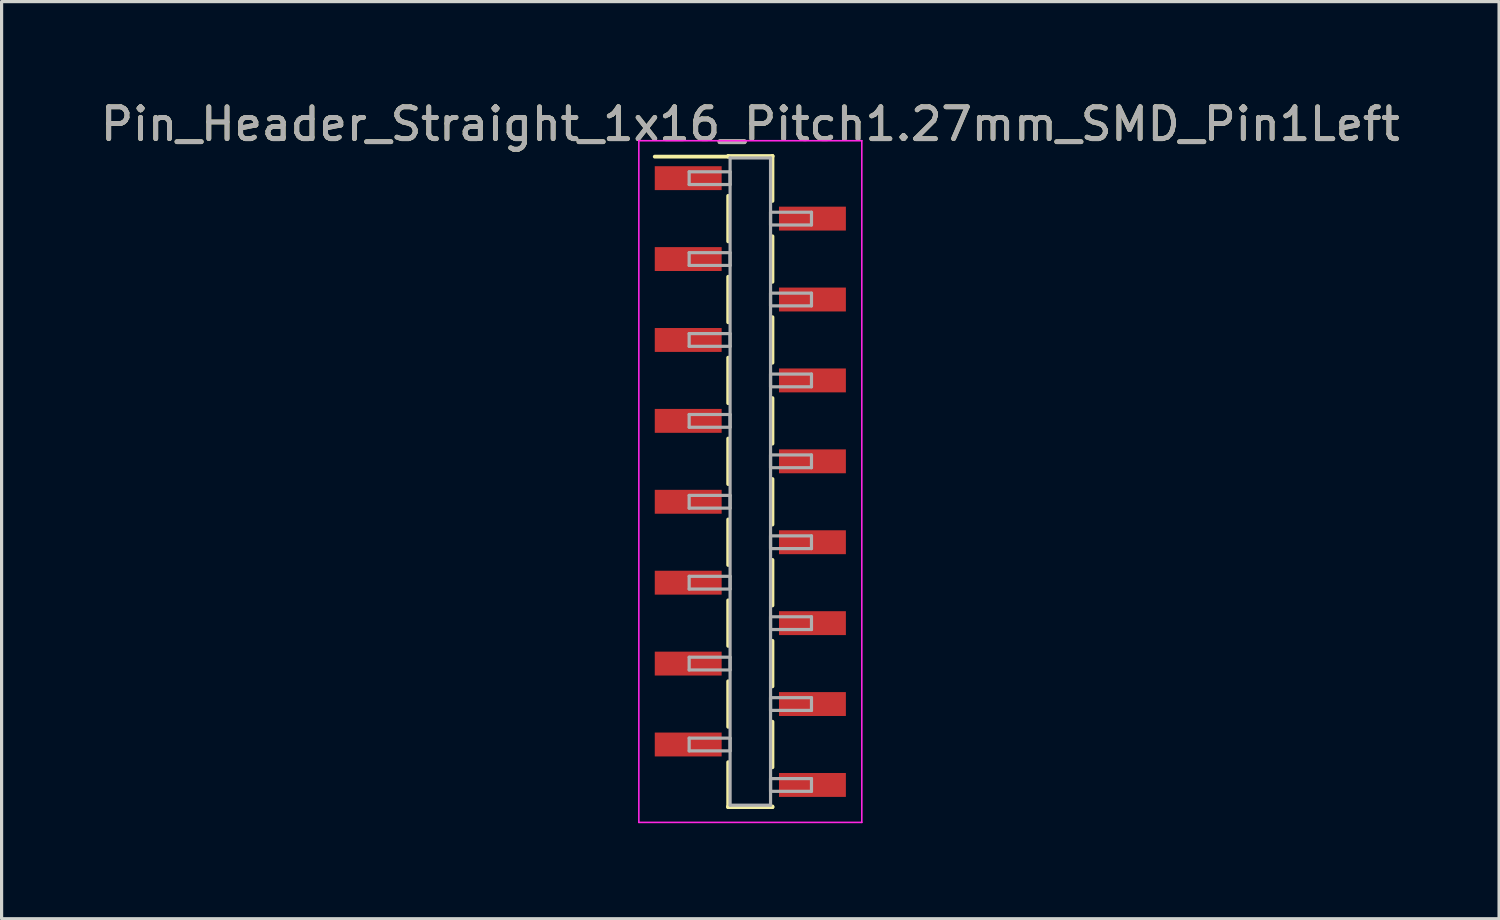
<source format=kicad_pcb>
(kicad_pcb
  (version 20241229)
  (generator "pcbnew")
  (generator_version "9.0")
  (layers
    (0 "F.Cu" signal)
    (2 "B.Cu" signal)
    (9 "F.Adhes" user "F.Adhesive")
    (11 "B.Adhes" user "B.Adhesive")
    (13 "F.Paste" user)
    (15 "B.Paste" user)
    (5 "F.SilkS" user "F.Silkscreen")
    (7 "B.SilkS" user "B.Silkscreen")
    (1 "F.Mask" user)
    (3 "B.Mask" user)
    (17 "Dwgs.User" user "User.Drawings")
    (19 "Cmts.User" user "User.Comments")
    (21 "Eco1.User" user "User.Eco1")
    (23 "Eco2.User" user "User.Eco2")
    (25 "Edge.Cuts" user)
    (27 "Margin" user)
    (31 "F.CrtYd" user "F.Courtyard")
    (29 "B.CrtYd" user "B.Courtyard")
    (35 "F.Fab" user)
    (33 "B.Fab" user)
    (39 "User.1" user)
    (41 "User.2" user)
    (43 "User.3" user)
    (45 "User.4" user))
  (footprint "Pin_Header_Straight_1x16_Pitch1.27mm_SMD_Pin1Left"
    (layer "F.Cu")
    (at 20.506 12.068)
    (property "Reference" "Pin_Header_Straight_1x16_Pitch1.27mm_SMD_Pin1Left" (at 0 -11.22 0) (layer "F.SilkS") (effects (font (size 1 1) (thickness 0.15))))
    (attr smd)
    (fp_line (start -0.695 -10.22) (end 0.695 -10.22) (stroke (width 0.12) (type solid)) (layer "F.SilkS"))
    (fp_line (start -0.695 -10.2) (end -3 -10.2) (stroke (width 0.12) (type solid)) (layer "F.SilkS"))
    (fp_line (start -0.695 -10.2) (end -0.695 -10.22) (stroke (width 0.12) (type solid)) (layer "F.SilkS"))
    (fp_line (start -0.695 -8.97) (end -0.695 -7.54) (stroke (width 0.12) (type solid)) (layer "F.SilkS"))
    (fp_line (start -0.695 -6.43) (end -0.695 -5) (stroke (width 0.12) (type solid)) (layer "F.SilkS"))
    (fp_line (start -0.695 -3.89) (end -0.695 -2.46) (stroke (width 0.12) (type solid)) (layer "F.SilkS"))
    (fp_line (start -0.695 -1.35) (end -0.695 0.08) (stroke (width 0.12) (type solid)) (layer "F.SilkS"))
    (fp_line (start -0.695 1.19) (end -0.695 2.62) (stroke (width 0.12) (type solid)) (layer "F.SilkS"))
    (fp_line (start -0.695 3.73) (end -0.695 5.16) (stroke (width 0.12) (type solid)) (layer "F.SilkS"))
    (fp_line (start -0.695 6.27) (end -0.695 7.7) (stroke (width 0.12) (type solid)) (layer "F.SilkS"))
    (fp_line (start -0.695 8.81) (end -0.695 10.22) (stroke (width 0.12) (type solid)) (layer "F.SilkS"))
    (fp_line (start -0.695 10.2) (end -0.695 10.22) (stroke (width 0.12) (type solid)) (layer "F.SilkS"))
    (fp_line (start -0.695 10.22) (end 0.695 10.22) (stroke (width 0.12) (type solid)) (layer "F.SilkS"))
    (fp_line (start 0.695 -10.22) (end 0.695 -10.2) (stroke (width 0.12) (type solid)) (layer "F.SilkS"))
    (fp_line (start 0.695 -10.22) (end 0.695 -8.81) (stroke (width 0.12) (type solid)) (layer "F.SilkS"))
    (fp_line (start 0.695 -7.7) (end 0.695 -6.27) (stroke (width 0.12) (type solid)) (layer "F.SilkS"))
    (fp_line (start 0.695 -5.16) (end 0.695 -3.73) (stroke (width 0.12) (type solid)) (layer "F.SilkS"))
    (fp_line (start 0.695 -2.62) (end 0.695 -1.19) (stroke (width 0.12) (type solid)) (layer "F.SilkS"))
    (fp_line (start 0.695 -0.08) (end 0.695 1.35) (stroke (width 0.12) (type solid)) (layer "F.SilkS"))
    (fp_line (start 0.695 2.46) (end 0.695 3.89) (stroke (width 0.12) (type solid)) (layer "F.SilkS"))
    (fp_line (start 0.695 5) (end 0.695 6.43) (stroke (width 0.12) (type solid)) (layer "F.SilkS"))
    (fp_line (start 0.695 7.54) (end 0.695 8.97) (stroke (width 0.12) (type solid)) (layer "F.SilkS"))
    (fp_line (start 0.695 10.22) (end 0.695 10.2) (stroke (width 0.12) (type solid)) (layer "F.SilkS"))
    (fp_line (start -3.5 -10.7) (end -3.5 10.7) (stroke (width 0.05) (type solid)) (layer "F.CrtYd"))
    (fp_line (start -3.5 10.7) (end 3.5 10.7) (stroke (width 0.05) (type solid)) (layer "F.CrtYd"))
    (fp_line (start 3.5 -10.7) (end -3.5 -10.7) (stroke (width 0.05) (type solid)) (layer "F.CrtYd"))
    (fp_line (start 3.5 10.7) (end 3.5 -10.7) (stroke (width 0.05) (type solid)) (layer "F.CrtYd"))
    (fp_line (start -1.92 -9.725) (end -0.635 -9.725) (stroke (width 0.1) (type solid)) (layer "F.Fab"))
    (fp_line (start -1.92 -9.325) (end -1.92 -9.725) (stroke (width 0.1) (type solid)) (layer "F.Fab"))
    (fp_line (start -1.92 -7.185) (end -0.635 -7.185) (stroke (width 0.1) (type solid)) (layer "F.Fab"))
    (fp_line (start -1.92 -6.785) (end -1.92 -7.185) (stroke (width 0.1) (type solid)) (layer "F.Fab"))
    (fp_line (start -1.92 -4.645) (end -0.635 -4.645) (stroke (width 0.1) (type solid)) (layer "F.Fab"))
    (fp_line (start -1.92 -4.245) (end -1.92 -4.645) (stroke (width 0.1) (type solid)) (layer "F.Fab"))
    (fp_line (start -1.92 -2.105) (end -0.635 -2.105) (stroke (width 0.1) (type solid)) (layer "F.Fab"))
    (fp_line (start -1.92 -1.705) (end -1.92 -2.105) (stroke (width 0.1) (type solid)) (layer "F.Fab"))
    (fp_line (start -1.92 0.435) (end -0.635 0.435) (stroke (width 0.1) (type solid)) (layer "F.Fab"))
    (fp_line (start -1.92 0.835) (end -1.92 0.435) (stroke (width 0.1) (type solid)) (layer "F.Fab"))
    (fp_line (start -1.92 2.975) (end -0.635 2.975) (stroke (width 0.1) (type solid)) (layer "F.Fab"))
    (fp_line (start -1.92 3.375) (end -1.92 2.975) (stroke (width 0.1) (type solid)) (layer "F.Fab"))
    (fp_line (start -1.92 5.515) (end -0.635 5.515) (stroke (width 0.1) (type solid)) (layer "F.Fab"))
    (fp_line (start -1.92 5.915) (end -1.92 5.515) (stroke (width 0.1) (type solid)) (layer "F.Fab"))
    (fp_line (start -1.92 8.055) (end -0.635 8.055) (stroke (width 0.1) (type solid)) (layer "F.Fab"))
    (fp_line (start -1.92 8.455) (end -1.92 8.055) (stroke (width 0.1) (type solid)) (layer "F.Fab"))
    (fp_line (start -0.635 -10.16) (end -0.635 10.16) (stroke (width 0.1) (type solid)) (layer "F.Fab"))
    (fp_line (start -0.635 -9.725) (end -0.635 -9.325) (stroke (width 0.1) (type solid)) (layer "F.Fab"))
    (fp_line (start -0.635 -9.325) (end -1.92 -9.325) (stroke (width 0.1) (type solid)) (layer "F.Fab"))
    (fp_line (start -0.635 -7.185) (end -0.635 -6.785) (stroke (width 0.1) (type solid)) (layer "F.Fab"))
    (fp_line (start -0.635 -6.785) (end -1.92 -6.785) (stroke (width 0.1) (type solid)) (layer "F.Fab"))
    (fp_line (start -0.635 -4.645) (end -0.635 -4.245) (stroke (width 0.1) (type solid)) (layer "F.Fab"))
    (fp_line (start -0.635 -4.245) (end -1.92 -4.245) (stroke (width 0.1) (type solid)) (layer "F.Fab"))
    (fp_line (start -0.635 -2.105) (end -0.635 -1.705) (stroke (width 0.1) (type solid)) (layer "F.Fab"))
    (fp_line (start -0.635 -1.705) (end -1.92 -1.705) (stroke (width 0.1) (type solid)) (layer "F.Fab"))
    (fp_line (start -0.635 0.435) (end -0.635 0.835) (stroke (width 0.1) (type solid)) (layer "F.Fab"))
    (fp_line (start -0.635 0.835) (end -1.92 0.835) (stroke (width 0.1) (type solid)) (layer "F.Fab"))
    (fp_line (start -0.635 2.975) (end -0.635 3.375) (stroke (width 0.1) (type solid)) (layer "F.Fab"))
    (fp_line (start -0.635 3.375) (end -1.92 3.375) (stroke (width 0.1) (type solid)) (layer "F.Fab"))
    (fp_line (start -0.635 5.515) (end -0.635 5.915) (stroke (width 0.1) (type solid)) (layer "F.Fab"))
    (fp_line (start -0.635 5.915) (end -1.92 5.915) (stroke (width 0.1) (type solid)) (layer "F.Fab"))
    (fp_line (start -0.635 8.055) (end -0.635 8.455) (stroke (width 0.1) (type solid)) (layer "F.Fab"))
    (fp_line (start -0.635 8.455) (end -1.92 8.455) (stroke (width 0.1) (type solid)) (layer "F.Fab"))
    (fp_line (start -0.635 10.16) (end 0.635 10.16) (stroke (width 0.1) (type solid)) (layer "F.Fab"))
    (fp_line (start 0.635 -10.16) (end -0.635 -10.16) (stroke (width 0.1) (type solid)) (layer "F.Fab"))
    (fp_line (start 0.635 -8.455) (end 0.635 -8.055) (stroke (width 0.1) (type solid)) (layer "F.Fab"))
    (fp_line (start 0.635 -8.055) (end 1.92 -8.055) (stroke (width 0.1) (type solid)) (layer "F.Fab"))
    (fp_line (start 0.635 -5.915) (end 0.635 -5.515) (stroke (width 0.1) (type solid)) (layer "F.Fab"))
    (fp_line (start 0.635 -5.515) (end 1.92 -5.515) (stroke (width 0.1) (type solid)) (layer "F.Fab"))
    (fp_line (start 0.635 -3.375) (end 0.635 -2.975) (stroke (width 0.1) (type solid)) (layer "F.Fab"))
    (fp_line (start 0.635 -2.975) (end 1.92 -2.975) (stroke (width 0.1) (type solid)) (layer "F.Fab"))
    (fp_line (start 0.635 -0.835) (end 0.635 -0.435) (stroke (width 0.1) (type solid)) (layer "F.Fab"))
    (fp_line (start 0.635 -0.435) (end 1.92 -0.435) (stroke (width 0.1) (type solid)) (layer "F.Fab"))
    (fp_line (start 0.635 1.705) (end 0.635 2.105) (stroke (width 0.1) (type solid)) (layer "F.Fab"))
    (fp_line (start 0.635 2.105) (end 1.92 2.105) (stroke (width 0.1) (type solid)) (layer "F.Fab"))
    (fp_line (start 0.635 4.245) (end 0.635 4.645) (stroke (width 0.1) (type solid)) (layer "F.Fab"))
    (fp_line (start 0.635 4.645) (end 1.92 4.645) (stroke (width 0.1) (type solid)) (layer "F.Fab"))
    (fp_line (start 0.635 6.785) (end 0.635 7.185) (stroke (width 0.1) (type solid)) (layer "F.Fab"))
    (fp_line (start 0.635 7.185) (end 1.92 7.185) (stroke (width 0.1) (type solid)) (layer "F.Fab"))
    (fp_line (start 0.635 9.325) (end 0.635 9.725) (stroke (width 0.1) (type solid)) (layer "F.Fab"))
    (fp_line (start 0.635 9.725) (end 1.92 9.725) (stroke (width 0.1) (type solid)) (layer "F.Fab"))
    (fp_line (start 0.635 10.16) (end 0.635 -10.16) (stroke (width 0.1) (type solid)) (layer "F.Fab"))
    (fp_line (start 1.92 -8.455) (end 0.635 -8.455) (stroke (width 0.1) (type solid)) (layer "F.Fab"))
    (fp_line (start 1.92 -8.055) (end 1.92 -8.455) (stroke (width 0.1) (type solid)) (layer "F.Fab"))
    (fp_line (start 1.92 -5.915) (end 0.635 -5.915) (stroke (width 0.1) (type solid)) (layer "F.Fab"))
    (fp_line (start 1.92 -5.515) (end 1.92 -5.915) (stroke (width 0.1) (type solid)) (layer "F.Fab"))
    (fp_line (start 1.92 -3.375) (end 0.635 -3.375) (stroke (width 0.1) (type solid)) (layer "F.Fab"))
    (fp_line (start 1.92 -2.975) (end 1.92 -3.375) (stroke (width 0.1) (type solid)) (layer "F.Fab"))
    (fp_line (start 1.92 -0.835) (end 0.635 -0.835) (stroke (width 0.1) (type solid)) (layer "F.Fab"))
    (fp_line (start 1.92 -0.435) (end 1.92 -0.835) (stroke (width 0.1) (type solid)) (layer "F.Fab"))
    (fp_line (start 1.92 1.705) (end 0.635 1.705) (stroke (width 0.1) (type solid)) (layer "F.Fab"))
    (fp_line (start 1.92 2.105) (end 1.92 1.705) (stroke (width 0.1) (type solid)) (layer "F.Fab"))
    (fp_line (start 1.92 4.245) (end 0.635 4.245) (stroke (width 0.1) (type solid)) (layer "F.Fab"))
    (fp_line (start 1.92 4.645) (end 1.92 4.245) (stroke (width 0.1) (type solid)) (layer "F.Fab"))
    (fp_line (start 1.92 6.785) (end 0.635 6.785) (stroke (width 0.1) (type solid)) (layer "F.Fab"))
    (fp_line (start 1.92 7.185) (end 1.92 6.785) (stroke (width 0.1) (type solid)) (layer "F.Fab"))
    (fp_line (start 1.92 9.325) (end 0.635 9.325) (stroke (width 0.1) (type solid)) (layer "F.Fab"))
    (fp_line (start 1.92 9.725) (end 1.92 9.325) (stroke (width 0.1) (type solid)) (layer "F.Fab"))
    (fp_text user "${REFERENCE}" (at 0 -11.22 0) (layer "F.Fab") (effects (font (size 1 1) (thickness 0.15))))
    (pad "1" smd rect (at -1.95 -9.525) (size 2.1 0.75) (layers "F.Cu" "F.Mask" "F.Paste"))
    (pad "2" smd rect (at 1.95 -8.255) (size 2.1 0.75) (layers "F.Cu" "F.Mask" "F.Paste"))
    (pad "3" smd rect (at -1.95 -6.985) (size 2.1 0.75) (layers "F.Cu" "F.Mask" "F.Paste"))
    (pad "4" smd rect (at 1.95 -5.715) (size 2.1 0.75) (layers "F.Cu" "F.Mask" "F.Paste"))
    (pad "5" smd rect (at -1.95 -4.445) (size 2.1 0.75) (layers "F.Cu" "F.Mask" "F.Paste"))
    (pad "6" smd rect (at 1.95 -3.175) (size 2.1 0.75) (layers "F.Cu" "F.Mask" "F.Paste"))
    (pad "7" smd rect (at -1.95 -1.905) (size 2.1 0.75) (layers "F.Cu" "F.Mask" "F.Paste"))
    (pad "8" smd rect (at 1.95 -0.635) (size 2.1 0.75) (layers "F.Cu" "F.Mask" "F.Paste"))
    (pad "9" smd rect (at -1.95 0.635) (size 2.1 0.75) (layers "F.Cu" "F.Mask" "F.Paste"))
    (pad "10" smd rect (at 1.95 1.905) (size 2.1 0.75) (layers "F.Cu" "F.Mask" "F.Paste"))
    (pad "11" smd rect (at -1.95 3.175) (size 2.1 0.75) (layers "F.Cu" "F.Mask" "F.Paste"))
    (pad "12" smd rect (at 1.95 4.445) (size 2.1 0.75) (layers "F.Cu" "F.Mask" "F.Paste"))
    (pad "13" smd rect (at -1.95 5.715) (size 2.1 0.75) (layers "F.Cu" "F.Mask" "F.Paste"))
    (pad "14" smd rect (at 1.95 6.985) (size 2.1 0.75) (layers "F.Cu" "F.Mask" "F.Paste"))
    (pad "15" smd rect (at -1.95 8.255) (size 2.1 0.75) (layers "F.Cu" "F.Mask" "F.Paste"))
    (pad "16" smd rect (at 1.95 9.525) (size 2.1 0.75) (layers "F.Cu" "F.Mask" "F.Paste")))
  (gr_rect
    (start -3 -3)
    (end 44.012 25.793)
    (stroke (width 0.1) (type default))
    (fill no)
    (layer "Edge.Cuts")))
</source>
